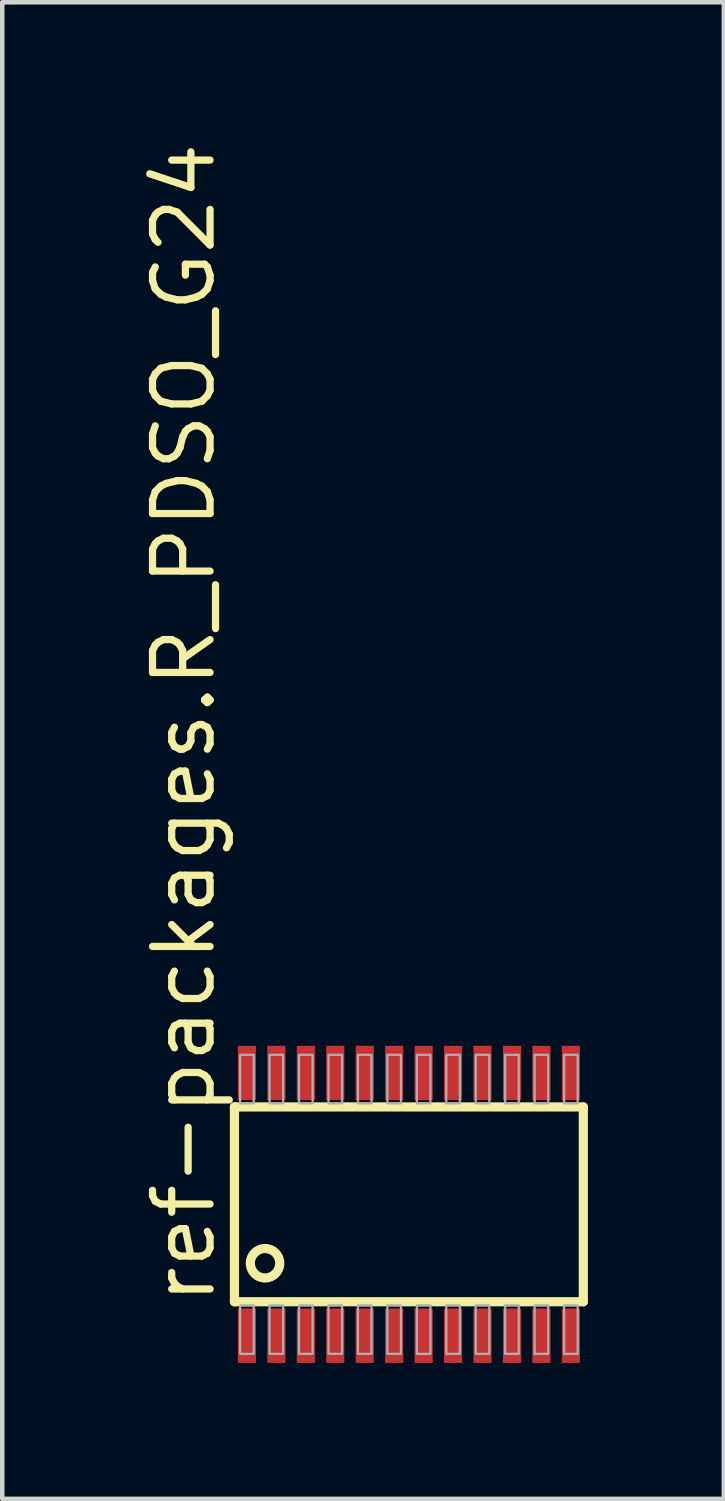
<source format=kicad_pcb>
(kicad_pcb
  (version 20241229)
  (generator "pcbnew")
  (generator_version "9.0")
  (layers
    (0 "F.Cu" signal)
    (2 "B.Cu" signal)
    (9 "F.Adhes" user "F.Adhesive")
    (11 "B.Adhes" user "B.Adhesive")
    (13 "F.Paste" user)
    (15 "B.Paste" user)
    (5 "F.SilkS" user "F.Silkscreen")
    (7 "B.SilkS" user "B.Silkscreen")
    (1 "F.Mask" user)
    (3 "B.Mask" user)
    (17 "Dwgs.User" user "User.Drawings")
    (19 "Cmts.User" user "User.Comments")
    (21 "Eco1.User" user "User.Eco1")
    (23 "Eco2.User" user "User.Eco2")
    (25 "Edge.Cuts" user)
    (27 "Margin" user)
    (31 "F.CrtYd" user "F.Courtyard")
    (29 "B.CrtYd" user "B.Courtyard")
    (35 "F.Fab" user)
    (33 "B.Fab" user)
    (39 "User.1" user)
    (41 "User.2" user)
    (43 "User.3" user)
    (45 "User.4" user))
  (footprint "ref-packages.R_PDSO_G24"
    (layer "F.Cu")
    (at 5.975 23.532)
    (property "Reference" "ref-packages.R_PDSO_G24" (at -4.225 2.275 90) (layer "F.SilkS") (effects (font (size 1.27 1.27) (thickness 0.16)) (justify left bottom)))
    (attr smd)
    (fp_line (start -3.85 -2.15) (end 3.85 -2.15) (stroke (width 0.203) (type default)) (layer "F.SilkS"))
    (fp_line (start -3.85 2.15) (end -3.85 -2.15) (stroke (width 0.203) (type default)) (layer "F.SilkS"))
    (fp_line (start 3.85 -2.15) (end 3.85 2.15) (stroke (width 0.203) (type default)) (layer "F.SilkS"))
    (fp_line (start 3.85 2.15) (end -3.85 2.15) (stroke (width 0.203) (type default)) (layer "F.SilkS"))
    (fp_circle (center -3.175 1.3) (end -2.85 1.3) (stroke (width 0.203) (type default)) (fill no) (layer "F.SilkS"))
    (fp_rect (start -3.725 -2.23) (end -3.425 -3.3) (stroke (width 0.05) (type default)) (fill no) (layer "F.Fab"))
    (fp_rect (start -3.725 3.3) (end -3.425 2.23) (stroke (width 0.05) (type default)) (fill no) (layer "F.Fab"))
    (fp_rect (start -3.075 -2.23) (end -2.775 -3.3) (stroke (width 0.05) (type default)) (fill no) (layer "F.Fab"))
    (fp_rect (start -3.075 3.3) (end -2.775 2.23) (stroke (width 0.05) (type default)) (fill no) (layer "F.Fab"))
    (fp_rect (start -2.425 -2.23) (end -2.125 -3.3) (stroke (width 0.05) (type default)) (fill no) (layer "F.Fab"))
    (fp_rect (start -2.425 3.3) (end -2.125 2.23) (stroke (width 0.05) (type default)) (fill no) (layer "F.Fab"))
    (fp_rect (start -1.775 -2.23) (end -1.475 -3.3) (stroke (width 0.05) (type default)) (fill no) (layer "F.Fab"))
    (fp_rect (start -1.775 3.3) (end -1.475 2.23) (stroke (width 0.05) (type default)) (fill no) (layer "F.Fab"))
    (fp_rect (start -1.125 -2.23) (end -0.825 -3.3) (stroke (width 0.05) (type default)) (fill no) (layer "F.Fab"))
    (fp_rect (start -1.125 3.3) (end -0.825 2.23) (stroke (width 0.05) (type default)) (fill no) (layer "F.Fab"))
    (fp_rect (start -0.475 -2.23) (end -0.175 -3.3) (stroke (width 0.05) (type default)) (fill no) (layer "F.Fab"))
    (fp_rect (start -0.475 3.3) (end -0.175 2.23) (stroke (width 0.05) (type default)) (fill no) (layer "F.Fab"))
    (fp_rect (start 0.175 -2.23) (end 0.475 -3.3) (stroke (width 0.05) (type default)) (fill no) (layer "F.Fab"))
    (fp_rect (start 0.175 3.3) (end 0.475 2.23) (stroke (width 0.05) (type default)) (fill no) (layer "F.Fab"))
    (fp_rect (start 0.825 -2.23) (end 1.125 -3.3) (stroke (width 0.05) (type default)) (fill no) (layer "F.Fab"))
    (fp_rect (start 0.825 3.3) (end 1.125 2.23) (stroke (width 0.05) (type default)) (fill no) (layer "F.Fab"))
    (fp_rect (start 1.475 -2.23) (end 1.775 -3.3) (stroke (width 0.05) (type default)) (fill no) (layer "F.Fab"))
    (fp_rect (start 1.475 3.3) (end 1.775 2.23) (stroke (width 0.05) (type default)) (fill no) (layer "F.Fab"))
    (fp_rect (start 2.125 -2.23) (end 2.425 -3.3) (stroke (width 0.05) (type default)) (fill no) (layer "F.Fab"))
    (fp_rect (start 2.125 3.3) (end 2.425 2.23) (stroke (width 0.05) (type default)) (fill no) (layer "F.Fab"))
    (fp_rect (start 2.775 -2.23) (end 3.075 -3.3) (stroke (width 0.05) (type default)) (fill no) (layer "F.Fab"))
    (fp_rect (start 2.775 3.3) (end 3.075 2.23) (stroke (width 0.05) (type default)) (fill no) (layer "F.Fab"))
    (fp_rect (start 3.425 -2.23) (end 3.725 -3.3) (stroke (width 0.05) (type default)) (fill no) (layer "F.Fab"))
    (fp_rect (start 3.425 3.3) (end 3.725 2.23) (stroke (width 0.05) (type default)) (fill no) (layer "F.Fab"))
    (pad "1" smd roundrect (at -3.575 2.9) (size 0.4 1.2) (layers "F.Cu" "F.Mask" "F.Paste") (roundrect_rratio 0.01))
    (pad "2" smd roundrect (at -2.925 2.9) (size 0.4 1.2) (layers "F.Cu" "F.Mask" "F.Paste") (roundrect_rratio 0.01))
    (pad "3" smd roundrect (at -2.275 2.9) (size 0.4 1.2) (layers "F.Cu" "F.Mask" "F.Paste") (roundrect_rratio 0.01))
    (pad "4" smd roundrect (at -1.625 2.9) (size 0.4 1.2) (layers "F.Cu" "F.Mask" "F.Paste") (roundrect_rratio 0.01))
    (pad "5" smd roundrect (at -0.975 2.9) (size 0.4 1.2) (layers "F.Cu" "F.Mask" "F.Paste") (roundrect_rratio 0.01))
    (pad "6" smd roundrect (at -0.325 2.9) (size 0.4 1.2) (layers "F.Cu" "F.Mask" "F.Paste") (roundrect_rratio 0.01))
    (pad "7" smd roundrect (at 0.325 2.9) (size 0.4 1.2) (layers "F.Cu" "F.Mask" "F.Paste") (roundrect_rratio 0.01))
    (pad "8" smd roundrect (at 0.975 2.9) (size 0.4 1.2) (layers "F.Cu" "F.Mask" "F.Paste") (roundrect_rratio 0.01))
    (pad "9" smd roundrect (at 1.625 2.9) (size 0.4 1.2) (layers "F.Cu" "F.Mask" "F.Paste") (roundrect_rratio 0.01))
    (pad "10" smd roundrect (at 2.275 2.9) (size 0.4 1.2) (layers "F.Cu" "F.Mask" "F.Paste") (roundrect_rratio 0.01))
    (pad "11" smd roundrect (at 2.925 2.9) (size 0.4 1.2) (layers "F.Cu" "F.Mask" "F.Paste") (roundrect_rratio 0.01))
    (pad "12" smd roundrect (at 3.575 2.9) (size 0.4 1.2) (layers "F.Cu" "F.Mask" "F.Paste") (roundrect_rratio 0.01))
    (pad "13" smd roundrect (at 3.575 -2.9 180) (size 0.4 1.2) (layers "F.Cu" "F.Mask" "F.Paste") (roundrect_rratio 0.01))
    (pad "14" smd roundrect (at 2.925 -2.9 180) (size 0.4 1.2) (layers "F.Cu" "F.Mask" "F.Paste") (roundrect_rratio 0.01))
    (pad "15" smd roundrect (at 2.275 -2.9 180) (size 0.4 1.2) (layers "F.Cu" "F.Mask" "F.Paste") (roundrect_rratio 0.01))
    (pad "16" smd roundrect (at 1.625 -2.9 180) (size 0.4 1.2) (layers "F.Cu" "F.Mask" "F.Paste") (roundrect_rratio 0.01))
    (pad "17" smd roundrect (at 0.975 -2.9 180) (size 0.4 1.2) (layers "F.Cu" "F.Mask" "F.Paste") (roundrect_rratio 0.01))
    (pad "18" smd roundrect (at 0.325 -2.9 180) (size 0.4 1.2) (layers "F.Cu" "F.Mask" "F.Paste") (roundrect_rratio 0.01))
    (pad "19" smd roundrect (at -0.325 -2.9 180) (size 0.4 1.2) (layers "F.Cu" "F.Mask" "F.Paste") (roundrect_rratio 0.01))
    (pad "20" smd roundrect (at -0.975 -2.9 180) (size 0.4 1.2) (layers "F.Cu" "F.Mask" "F.Paste") (roundrect_rratio 0.01))
    (pad "21" smd roundrect (at -1.625 -2.9 180) (size 0.4 1.2) (layers "F.Cu" "F.Mask" "F.Paste") (roundrect_rratio 0.01))
    (pad "22" smd roundrect (at -2.275 -2.9 180) (size 0.4 1.2) (layers "F.Cu" "F.Mask" "F.Paste") (roundrect_rratio 0.01))
    (pad "23" smd roundrect (at -2.925 -2.9 180) (size 0.4 1.2) (layers "F.Cu" "F.Mask" "F.Paste") (roundrect_rratio 0.01))
    (pad "24" smd roundrect (at -3.575 -2.9 180) (size 0.4 1.2) (layers "F.Cu" "F.Mask" "F.Paste") (roundrect_rratio 0.01)))
  (gr_rect
    (start -3 -3)
    (end 12.927 30.032)
    (stroke (width 0.1) (type default))
    (fill no)
    (layer "Edge.Cuts")))
</source>
